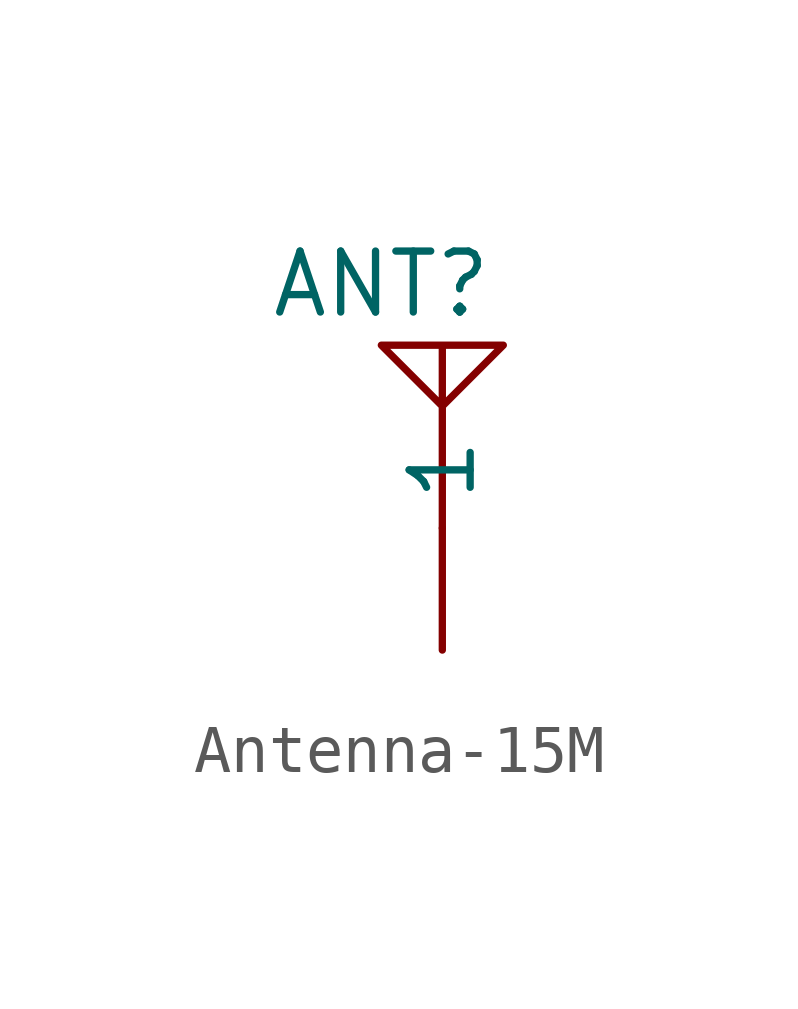
<source format=kicad_sym>
(kicad_symbol_lib
  (version 20220914)
  (generator kicad_symbol_editor)
  (symbol "Antenna-15M"
    (property "Reference" "ANT"
      (at -1.27 5.08 0)
      (effects (font (size 1.27 1.27))))
    (property "Value" ""
      (at -2.54 5.08 0)
      (effects (font (size 1.27 1.27))))
    (symbol "Antenna-15M_0_1"
      (polyline (pts (xy 0 0) (xy 0 3.81) (xy 1.27 3.81) (xy 0 2.54) (xy -1.27 3.81) (xy 0 3.81)) (stroke (width 0) (type default)) (fill (type none))))
    (symbol "Antenna-15M_1_1"
      (pin bidirectional line (at 0 -2.54 90) (length 2.54) (name "1" (effects (font (size 1.27 1.27)))) (number "" (effects (font (size 1.27 1.27))))))))
</source>
